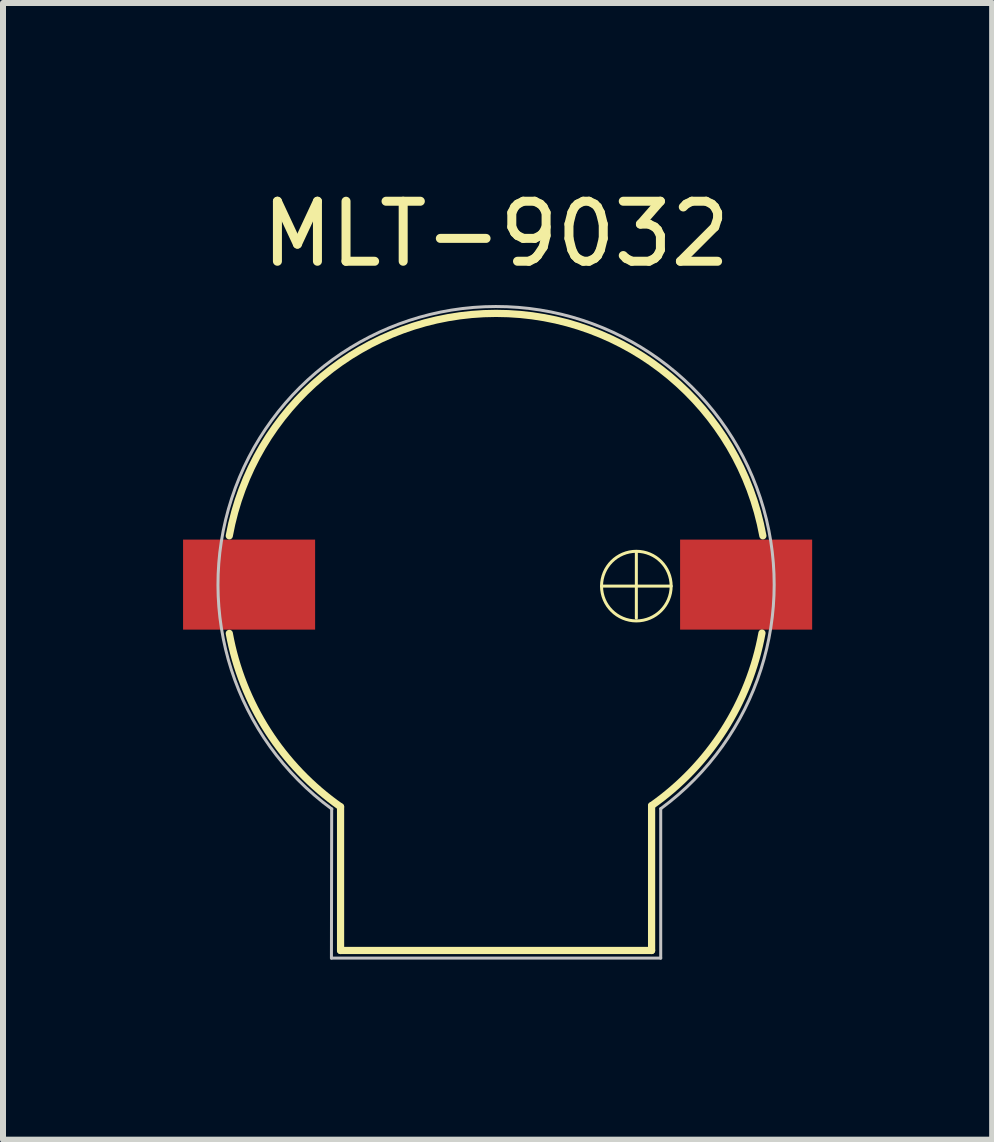
<source format=kicad_pcb>
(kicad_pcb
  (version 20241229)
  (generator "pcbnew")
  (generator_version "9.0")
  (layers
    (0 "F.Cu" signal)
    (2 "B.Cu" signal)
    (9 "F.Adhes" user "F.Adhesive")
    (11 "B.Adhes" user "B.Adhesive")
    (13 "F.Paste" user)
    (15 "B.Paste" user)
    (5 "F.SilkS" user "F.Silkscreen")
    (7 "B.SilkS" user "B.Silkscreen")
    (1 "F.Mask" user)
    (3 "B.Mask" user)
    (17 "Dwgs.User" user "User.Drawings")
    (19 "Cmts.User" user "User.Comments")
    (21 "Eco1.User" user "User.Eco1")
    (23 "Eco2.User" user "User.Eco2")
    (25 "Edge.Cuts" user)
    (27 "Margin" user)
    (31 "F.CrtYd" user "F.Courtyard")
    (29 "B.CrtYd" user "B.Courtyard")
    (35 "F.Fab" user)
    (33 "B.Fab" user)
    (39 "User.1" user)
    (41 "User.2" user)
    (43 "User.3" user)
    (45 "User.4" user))
  (footprint "MLT-9032"
    (layer "F.Cu")
    (at 5.215 6.69)
    (property "Reference" "MLT-9032" (at 0 -5.842 0) (layer "F.SilkS") (effects (font (size 1 1) (thickness 0.15))))
    (attr through_hole)
    (fp_line (start -2.591 3.702) (end -2.591 6.096) (stroke (width 0.12) (type solid)) (layer "F.SilkS"))
    (fp_line (start -2.591 6.096) (end 2.591 6.096) (stroke (width 0.12) (type solid)) (layer "F.SilkS"))
    (fp_line (start 1.757 0.025) (end 2.917 0.025) (stroke (width 0.05) (type solid)) (layer "F.SilkS"))
    (fp_line (start 2.337 -0.533) (end 2.337 0.559) (stroke (width 0.05) (type solid)) (layer "F.SilkS"))
    (fp_line (start 2.591 3.683) (end 2.591 6.096) (stroke (width 0.12) (type solid)) (layer "F.SilkS"))
    (fp_arc (start -4.444999 -0.812801) (mid 0.000001 -4.518701) (end 4.444999 -0.812799) (stroke (width 0.12) (type solid)) (layer "F.SilkS"))
    (fp_arc (start -2.591306 3.701864) (mid -3.803166 2.440203) (end -4.444999 0.812799) (stroke (width 0.12) (type solid)) (layer "F.SilkS"))
    (fp_arc (start 4.429965 0.807546) (mid 3.793394 2.42629) (end 2.590799 3.682999) (stroke (width 0.12) (type solid)) (layer "F.SilkS"))
    (fp_circle (center 2.337 0.025) (end 2.917 0.025) (stroke (width 0.05) (type solid)) (fill no) (layer "F.SilkS"))
    (fp_line (start -2.743 6.223) (end 2.743 6.223) (stroke (width 0.05) (type solid)) (layer "Dwgs.User"))
    (fp_line (start -2.739 3.737) (end -2.743 6.223) (stroke (width 0.05) (type solid)) (layer "Dwgs.User"))
    (fp_line (start 2.743 3.734) (end 2.743 6.223) (stroke (width 0.05) (type solid)) (layer "Dwgs.User"))
    (fp_arc (start -2.736092 3.73901) (mid -0.004406 -4.633182) (end 2.743199 3.733799) (stroke (width 0.05) (type solid)) (layer "Dwgs.User"))
    (pad "1" smd rect (at 4.166 0) (size 2.2 1.5) (layers "F.Cu" "F.Mask" "F.Paste"))
    (pad "2" smd rect (at -4.115 0) (size 2.2 1.5) (layers "F.Cu" "F.Mask" "F.Paste")))
  (gr_rect
    (start -3 -3)
    (end 13.48 15.938)
    (stroke (width 0.1) (type default))
    (fill no)
    (layer "Edge.Cuts")))
</source>
